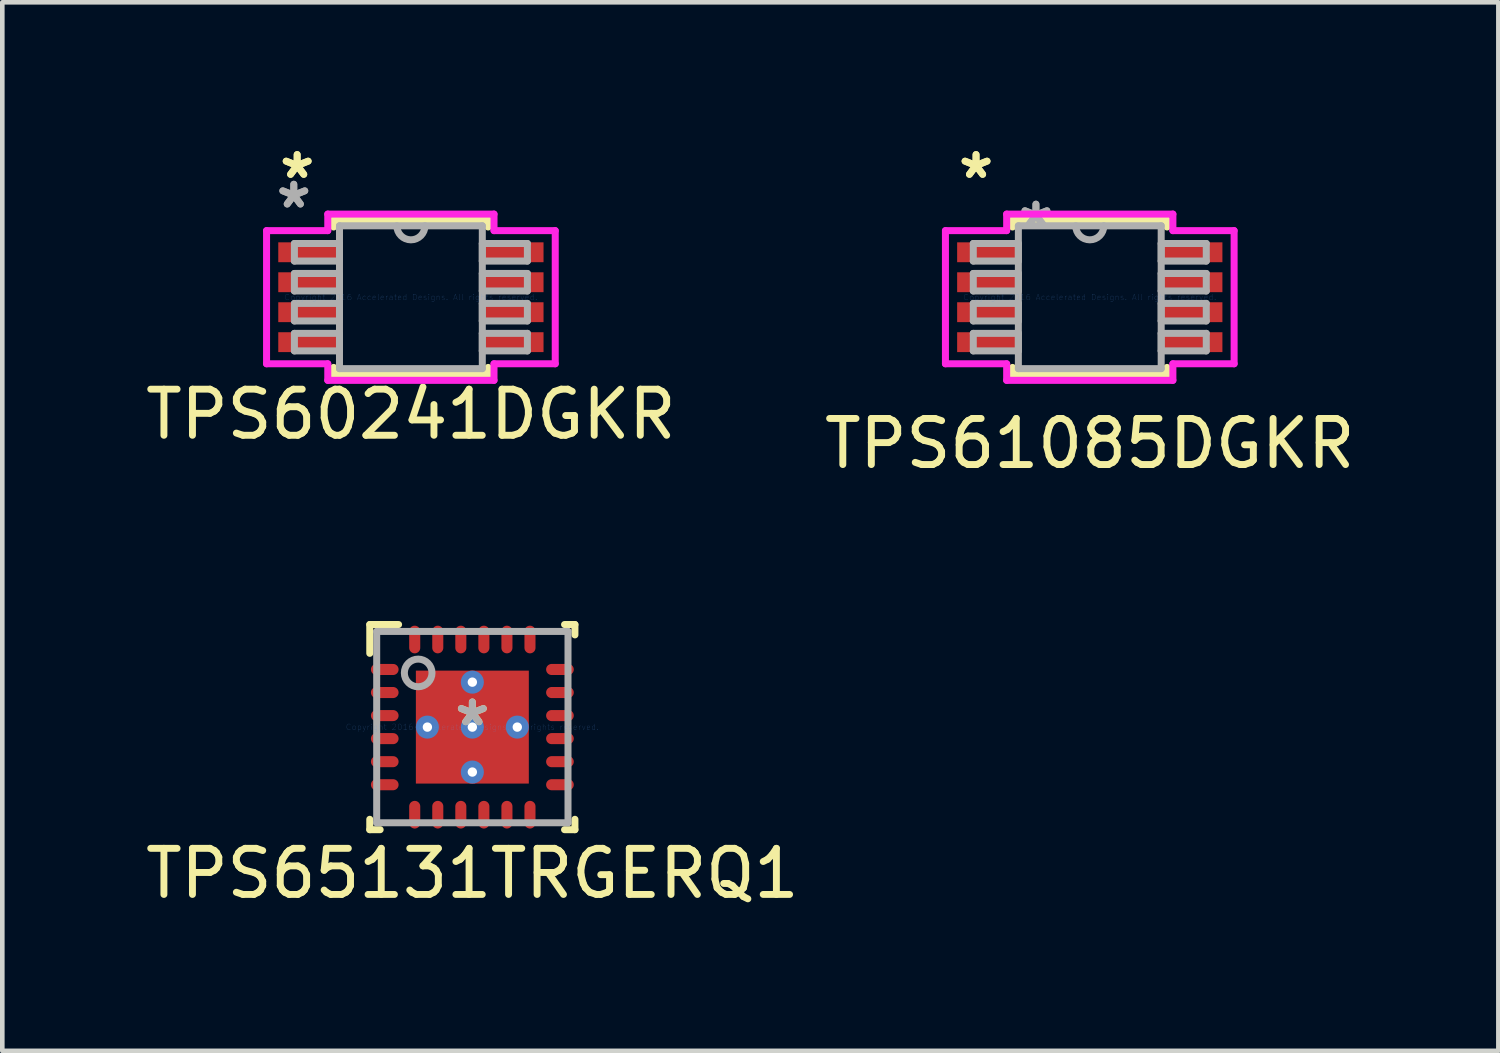
<source format=kicad_pcb>
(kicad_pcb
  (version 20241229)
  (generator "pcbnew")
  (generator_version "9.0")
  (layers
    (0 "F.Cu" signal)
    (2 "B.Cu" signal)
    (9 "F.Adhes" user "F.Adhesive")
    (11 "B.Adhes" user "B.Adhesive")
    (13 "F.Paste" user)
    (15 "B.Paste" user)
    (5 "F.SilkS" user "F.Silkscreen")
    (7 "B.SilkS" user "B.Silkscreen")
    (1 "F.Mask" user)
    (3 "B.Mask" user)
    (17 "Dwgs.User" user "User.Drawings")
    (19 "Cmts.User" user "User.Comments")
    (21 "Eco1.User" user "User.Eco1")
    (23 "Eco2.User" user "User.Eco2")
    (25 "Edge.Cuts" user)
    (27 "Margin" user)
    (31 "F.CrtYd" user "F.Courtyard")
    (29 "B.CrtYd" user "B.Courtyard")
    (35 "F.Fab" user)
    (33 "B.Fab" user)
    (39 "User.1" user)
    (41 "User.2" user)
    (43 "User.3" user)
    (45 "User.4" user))
  (footprint "TPS65131TRGERQ1"
    (layer "F.Cu")
    (at 7.196 12.722)
    (property "Reference" "TPS65131TRGERQ1" (at 0 3.175 0) (layer "F.SilkS") (effects (font (size 1 1) (thickness 0.15))))
    (attr through_hole)
    (fp_line (start -2.225 -2.225) (end -1.6 -2.225) (stroke (width 0.152) (type solid)) (layer "F.SilkS"))
    (fp_line (start -2.225 -1.6) (end -2.225 -2.225) (stroke (width 0.152) (type solid)) (layer "F.SilkS"))
    (fp_line (start -2.225 2.225) (end -2.225 2) (stroke (width 0.152) (type solid)) (layer "F.SilkS"))
    (fp_line (start -2.225 2.225) (end -2 2.225) (stroke (width 0.152) (type solid)) (layer "F.SilkS"))
    (fp_line (start 2 -2.225) (end 2.225 -2.225) (stroke (width 0.152) (type solid)) (layer "F.SilkS"))
    (fp_line (start 2 2.225) (end 2.225 2.225) (stroke (width 0.152) (type solid)) (layer "F.SilkS"))
    (fp_line (start 2.225 -2) (end 2.225 -2.225) (stroke (width 0.152) (type solid)) (layer "F.SilkS"))
    (fp_line (start 2.225 2.225) (end 2.225 2) (stroke (width 0.152) (type solid)) (layer "F.SilkS"))
    (fp_line (start -1.184 -1.184) (end -1.184 -0.1) (stroke (width 0.152) (type solid)) (layer "F.Paste"))
    (fp_line (start -1.184 -0.1) (end -0.1 -0.1) (stroke (width 0.152) (type solid)) (layer "F.Paste"))
    (fp_line (start -1.184 0.1) (end -1.184 1.184) (stroke (width 0.152) (type solid)) (layer "F.Paste"))
    (fp_line (start -1.184 1.184) (end -0.1 1.184) (stroke (width 0.152) (type solid)) (layer "F.Paste"))
    (fp_line (start -0.1 -1.184) (end -1.184 -1.184) (stroke (width 0.152) (type solid)) (layer "F.Paste"))
    (fp_line (start -0.1 -0.1) (end -0.1 -1.184) (stroke (width 0.152) (type solid)) (layer "F.Paste"))
    (fp_line (start -0.1 0.1) (end -1.184 0.1) (stroke (width 0.152) (type solid)) (layer "F.Paste"))
    (fp_line (start -0.1 1.184) (end -0.1 0.1) (stroke (width 0.152) (type solid)) (layer "F.Paste"))
    (fp_line (start 0.1 -1.184) (end 0.1 -0.1) (stroke (width 0.152) (type solid)) (layer "F.Paste"))
    (fp_line (start 0.1 -0.1) (end 1.184 -0.1) (stroke (width 0.152) (type solid)) (layer "F.Paste"))
    (fp_line (start 0.1 0.1) (end 0.1 1.184) (stroke (width 0.152) (type solid)) (layer "F.Paste"))
    (fp_line (start 0.1 1.184) (end 1.184 1.184) (stroke (width 0.152) (type solid)) (layer "F.Paste"))
    (fp_line (start 1.184 -1.184) (end 0.1 -1.184) (stroke (width 0.152) (type solid)) (layer "F.Paste"))
    (fp_line (start 1.184 -0.1) (end 1.184 -1.184) (stroke (width 0.152) (type solid)) (layer "F.Paste"))
    (fp_line (start 1.184 0.1) (end 0.1 0.1) (stroke (width 0.152) (type solid)) (layer "F.Paste"))
    (fp_line (start 1.184 1.184) (end 1.184 0.1) (stroke (width 0.152) (type solid)) (layer "F.Paste"))
    (fp_line (start -2.075 -2.075) (end 2.075 -2.075) (stroke (width 0.152) (type solid)) (layer "F.Fab"))
    (fp_line (start -2.075 2.075) (end -2.075 -2.075) (stroke (width 0.152) (type solid)) (layer "F.Fab"))
    (fp_line (start -2.075 2.075) (end 2.075 2.075) (stroke (width 0.152) (type solid)) (layer "F.Fab"))
    (fp_line (start 2.075 2.075) (end 2.075 -2.075) (stroke (width 0.152) (type solid)) (layer "F.Fab"))
    (fp_circle (center -1.175 -1.175) (end -0.875 -1.175) (stroke (width 0.152) (type solid)) (fill no) (layer "F.Fab"))
    (fp_text user "*" (at 0 0 0) (layer "F.SilkS") (effects (font (size 1 1) (thickness 0.15))))
    (fp_text user "Copyright 2016 Accelerated Designs. All rights reserved." (at 0 0 0) (layer "Cmts.User") (effects (font (size 0.127 0.127) (thickness 0.002))))
    (fp_text user "*" (at 0 0 0) (layer "F.Fab") (effects (font (size 1 1) (thickness 0.15))))
    (pad "1" smd oval (at -1.9 -1.25 90) (size 0.24 0.6) (layers "F.Cu" "F.Mask" "F.Paste"))
    (pad "2" smd oval (at -1.9 -0.75 90) (size 0.24 0.6) (layers "F.Cu" "F.Mask" "F.Paste"))
    (pad "3" smd oval (at -1.9 -0.25 90) (size 0.24 0.6) (layers "F.Cu" "F.Mask" "F.Paste"))
    (pad "4" smd oval (at -1.9 0.25 90) (size 0.24 0.6) (layers "F.Cu" "F.Mask" "F.Paste"))
    (pad "5" smd oval (at -1.9 0.75 90) (size 0.24 0.6) (layers "F.Cu" "F.Mask" "F.Paste"))
    (pad "6" smd oval (at -1.9 1.25 90) (size 0.24 0.6) (layers "F.Cu" "F.Mask" "F.Paste"))
    (pad "7" smd oval (at -1.25 1.9) (size 0.24 0.6) (layers "F.Cu" "F.Mask" "F.Paste"))
    (pad "8" smd oval (at -0.75 1.9) (size 0.24 0.6) (layers "F.Cu" "F.Mask" "F.Paste"))
    (pad "9" smd oval (at -0.25 1.9) (size 0.24 0.6) (layers "F.Cu" "F.Mask" "F.Paste"))
    (pad "10" smd oval (at 0.25 1.9) (size 0.24 0.6) (layers "F.Cu" "F.Mask" "F.Paste"))
    (pad "11" smd oval (at 0.75 1.9) (size 0.24 0.6) (layers "F.Cu" "F.Mask" "F.Paste"))
    (pad "12" smd oval (at 1.25 1.9) (size 0.24 0.6) (layers "F.Cu" "F.Mask" "F.Paste"))
    (pad "13" smd oval (at 1.9 1.25 90) (size 0.24 0.6) (layers "F.Cu" "F.Mask" "F.Paste"))
    (pad "14" smd oval (at 1.9 0.75 90) (size 0.24 0.6) (layers "F.Cu" "F.Mask" "F.Paste"))
    (pad "15" smd oval (at 1.9 0.25 90) (size 0.24 0.6) (layers "F.Cu" "F.Mask" "F.Paste"))
    (pad "16" smd oval (at 1.9 -0.25 90) (size 0.24 0.6) (layers "F.Cu" "F.Mask" "F.Paste"))
    (pad "17" smd oval (at 1.9 -0.75 90) (size 0.24 0.6) (layers "F.Cu" "F.Mask" "F.Paste"))
    (pad "18" smd oval (at 1.9 -1.25 90) (size 0.24 0.6) (layers "F.Cu" "F.Mask" "F.Paste"))
    (pad "19" smd oval (at 1.25 -1.9) (size 0.24 0.6) (layers "F.Cu" "F.Mask" "F.Paste"))
    (pad "20" smd oval (at 0.75 -1.9) (size 0.24 0.6) (layers "F.Cu" "F.Mask" "F.Paste"))
    (pad "21" smd oval (at 0.25 -1.9) (size 0.24 0.6) (layers "F.Cu" "F.Mask" "F.Paste"))
    (pad "22" smd oval (at -0.25 -1.9) (size 0.24 0.6) (layers "F.Cu" "F.Mask" "F.Paste"))
    (pad "23" smd oval (at -0.75 -1.9) (size 0.24 0.6) (layers "F.Cu" "F.Mask" "F.Paste"))
    (pad "24" smd oval (at -1.25 -1.9) (size 0.24 0.6) (layers "F.Cu" "F.Mask" "F.Paste"))
    (pad "25" smd rect (at 0 0) (size 2.45 2.45) (layers "F.Cu" "F.Mask" "F.Paste"))
    (pad "V" thru_hole circle (at -0.975 0) (size 0.5 0.5) (drill 0.203) (layers "*.Cu" "*.Mask"))
    (pad "V" thru_hole circle (at 0 -0.975) (size 0.5 0.5) (drill 0.203) (layers "*.Cu" "*.Mask"))
    (pad "V" thru_hole circle (at 0 0) (size 0.5 0.5) (drill 0.203) (layers "*.Cu" "*.Mask"))
    (pad "V" thru_hole circle (at 0 0.975) (size 0.5 0.5) (drill 0.203) (layers "*.Cu" "*.Mask"))
    (pad "V" thru_hole circle (at 0.975 0) (size 0.5 0.5) (drill 0.203) (layers "*.Cu" "*.Mask")))
  (footprint "TPS60241DGKR"
    (layer "F.Cu")
    (at 5.863 3.397)
    (property "Reference" "TPS60241DGKR" (at 0 2.54 0) (layer "F.SilkS") (effects (font (size 1 1) (thickness 0.15))))
    (attr through_hole)
    (fp_line (start -1.676 -1.676) (end -1.676 -1.523) (stroke (width 0.152) (type solid)) (layer "F.SilkS"))
    (fp_line (start -1.676 1.523) (end -1.676 1.676) (stroke (width 0.152) (type solid)) (layer "F.SilkS"))
    (fp_line (start -1.676 1.676) (end 1.676 1.676) (stroke (width 0.152) (type solid)) (layer "F.SilkS"))
    (fp_line (start 1.676 -1.676) (end -1.676 -1.676) (stroke (width 0.152) (type solid)) (layer "F.SilkS"))
    (fp_line (start 1.676 -1.523) (end 1.676 -1.676) (stroke (width 0.152) (type solid)) (layer "F.SilkS"))
    (fp_line (start 1.676 1.676) (end 1.676 1.523) (stroke (width 0.152) (type solid)) (layer "F.SilkS"))
    (fp_line (start -3.131 -1.444) (end -1.803 -1.444) (stroke (width 0.152) (type solid)) (layer "F.CrtYd"))
    (fp_line (start -3.131 1.444) (end -3.131 -1.444) (stroke (width 0.152) (type solid)) (layer "F.CrtYd"))
    (fp_line (start -1.803 -1.803) (end 1.803 -1.803) (stroke (width 0.152) (type solid)) (layer "F.CrtYd"))
    (fp_line (start -1.803 -1.444) (end -1.803 -1.803) (stroke (width 0.152) (type solid)) (layer "F.CrtYd"))
    (fp_line (start -1.803 1.444) (end -3.131 1.444) (stroke (width 0.152) (type solid)) (layer "F.CrtYd"))
    (fp_line (start -1.803 1.803) (end -1.803 1.444) (stroke (width 0.152) (type solid)) (layer "F.CrtYd"))
    (fp_line (start 1.803 -1.803) (end 1.803 -1.444) (stroke (width 0.152) (type solid)) (layer "F.CrtYd"))
    (fp_line (start 1.803 -1.444) (end 3.131 -1.444) (stroke (width 0.152) (type solid)) (layer "F.CrtYd"))
    (fp_line (start 1.803 1.444) (end 1.803 1.803) (stroke (width 0.152) (type solid)) (layer "F.CrtYd"))
    (fp_line (start 1.803 1.803) (end -1.803 1.803) (stroke (width 0.152) (type solid)) (layer "F.CrtYd"))
    (fp_line (start 3.131 -1.444) (end 3.131 1.444) (stroke (width 0.152) (type solid)) (layer "F.CrtYd"))
    (fp_line (start 3.131 1.444) (end 1.803 1.444) (stroke (width 0.152) (type solid)) (layer "F.CrtYd"))
    (fp_line (start -2.527 -1.165) (end -2.527 -0.784) (stroke (width 0.152) (type solid)) (layer "F.Fab"))
    (fp_line (start -2.527 -0.784) (end -1.549 -0.784) (stroke (width 0.152) (type solid)) (layer "F.Fab"))
    (fp_line (start -2.527 -0.515) (end -2.527 -0.135) (stroke (width 0.152) (type solid)) (layer "F.Fab"))
    (fp_line (start -2.527 -0.135) (end -1.549 -0.135) (stroke (width 0.152) (type solid)) (layer "F.Fab"))
    (fp_line (start -2.527 0.135) (end -2.527 0.515) (stroke (width 0.152) (type solid)) (layer "F.Fab"))
    (fp_line (start -2.527 0.515) (end -1.549 0.515) (stroke (width 0.152) (type solid)) (layer "F.Fab"))
    (fp_line (start -2.527 0.784) (end -2.527 1.165) (stroke (width 0.152) (type solid)) (layer "F.Fab"))
    (fp_line (start -2.527 1.165) (end -1.549 1.165) (stroke (width 0.152) (type solid)) (layer "F.Fab"))
    (fp_line (start -1.549 -1.549) (end -1.549 1.549) (stroke (width 0.152) (type solid)) (layer "F.Fab"))
    (fp_line (start -1.549 -1.165) (end -2.527 -1.165) (stroke (width 0.152) (type solid)) (layer "F.Fab"))
    (fp_line (start -1.549 -0.784) (end -1.549 -1.165) (stroke (width 0.152) (type solid)) (layer "F.Fab"))
    (fp_line (start -1.549 -0.515) (end -2.527 -0.515) (stroke (width 0.152) (type solid)) (layer "F.Fab"))
    (fp_line (start -1.549 -0.135) (end -1.549 -0.515) (stroke (width 0.152) (type solid)) (layer "F.Fab"))
    (fp_line (start -1.549 0.135) (end -2.527 0.135) (stroke (width 0.152) (type solid)) (layer "F.Fab"))
    (fp_line (start -1.549 0.515) (end -1.549 0.135) (stroke (width 0.152) (type solid)) (layer "F.Fab"))
    (fp_line (start -1.549 0.784) (end -2.527 0.784) (stroke (width 0.152) (type solid)) (layer "F.Fab"))
    (fp_line (start -1.549 1.165) (end -1.549 0.784) (stroke (width 0.152) (type solid)) (layer "F.Fab"))
    (fp_line (start -1.549 1.549) (end 1.549 1.549) (stroke (width 0.152) (type solid)) (layer "F.Fab"))
    (fp_line (start 1.549 -1.549) (end -1.549 -1.549) (stroke (width 0.152) (type solid)) (layer "F.Fab"))
    (fp_line (start 1.549 -1.165) (end 1.549 -0.784) (stroke (width 0.152) (type solid)) (layer "F.Fab"))
    (fp_line (start 1.549 -0.784) (end 2.527 -0.784) (stroke (width 0.152) (type solid)) (layer "F.Fab"))
    (fp_line (start 1.549 -0.515) (end 1.549 -0.135) (stroke (width 0.152) (type solid)) (layer "F.Fab"))
    (fp_line (start 1.549 -0.135) (end 2.527 -0.135) (stroke (width 0.152) (type solid)) (layer "F.Fab"))
    (fp_line (start 1.549 0.135) (end 1.549 0.515) (stroke (width 0.152) (type solid)) (layer "F.Fab"))
    (fp_line (start 1.549 0.515) (end 2.527 0.515) (stroke (width 0.152) (type solid)) (layer "F.Fab"))
    (fp_line (start 1.549 0.784) (end 1.549 1.165) (stroke (width 0.152) (type solid)) (layer "F.Fab"))
    (fp_line (start 1.549 1.165) (end 2.527 1.165) (stroke (width 0.152) (type solid)) (layer "F.Fab"))
    (fp_line (start 1.549 1.549) (end 1.549 -1.549) (stroke (width 0.152) (type solid)) (layer "F.Fab"))
    (fp_line (start 2.527 -1.165) (end 1.549 -1.165) (stroke (width 0.152) (type solid)) (layer "F.Fab"))
    (fp_line (start 2.527 -0.784) (end 2.527 -1.165) (stroke (width 0.152) (type solid)) (layer "F.Fab"))
    (fp_line (start 2.527 -0.515) (end 1.549 -0.515) (stroke (width 0.152) (type solid)) (layer "F.Fab"))
    (fp_line (start 2.527 -0.135) (end 2.527 -0.515) (stroke (width 0.152) (type solid)) (layer "F.Fab"))
    (fp_line (start 2.527 0.135) (end 1.549 0.135) (stroke (width 0.152) (type solid)) (layer "F.Fab"))
    (fp_line (start 2.527 0.515) (end 2.527 0.135) (stroke (width 0.152) (type solid)) (layer "F.Fab"))
    (fp_line (start 2.527 0.784) (end 1.549 0.784) (stroke (width 0.152) (type solid)) (layer "F.Fab"))
    (fp_line (start 2.527 1.165) (end 2.527 0.784) (stroke (width 0.152) (type solid)) (layer "F.Fab"))
    (fp_arc (start 0.3048 -1.5494) (mid 0 -1.2446) (end -0.3048 -1.5494) (stroke (width 0.1524) (type solid)) (layer "F.Fab"))
    (fp_text user "*" (at -2.467 -2.549 0) (layer "F.SilkS") (effects (font (size 1 1) (thickness 0.15))))
    (fp_text user "*" (at -2.467 -2.549 0) (layer "F.SilkS") (effects (font (size 1 1) (thickness 0.15))))
    (fp_text user "Copyright 2016 Accelerated Designs. All rights reserved." (at 0 0 0) (layer "Cmts.User") (effects (font (size 0.127 0.127) (thickness 0.002))))
    (fp_text user "*" (at -2.54 -1.905 0) (layer "F.Fab") (effects (font (size 1 1) (thickness 0.15))))
    (fp_text user "*" (at -2.54 -1.905 0) (layer "F.Fab") (effects (font (size 1 1) (thickness 0.15))))
    (pad "1" smd rect (at -2.213 -0.975) (size 1.328 0.431) (layers "F.Cu" "F.Mask" "F.Paste"))
    (pad "2" smd rect (at -2.213 -0.325) (size 1.328 0.431) (layers "F.Cu" "F.Mask" "F.Paste"))
    (pad "3" smd rect (at -2.213 0.325) (size 1.328 0.431) (layers "F.Cu" "F.Mask" "F.Paste"))
    (pad "4" smd rect (at -2.213 0.975) (size 1.328 0.431) (layers "F.Cu" "F.Mask" "F.Paste"))
    (pad "5" smd rect (at 2.213 0.975) (size 1.328 0.431) (layers "F.Cu" "F.Mask" "F.Paste"))
    (pad "6" smd rect (at 2.213 0.325) (size 1.328 0.431) (layers "F.Cu" "F.Mask" "F.Paste"))
    (pad "7" smd rect (at 2.213 -0.325) (size 1.328 0.431) (layers "F.Cu" "F.Mask" "F.Paste"))
    (pad "8" smd rect (at 2.213 -0.975) (size 1.328 0.431) (layers "F.Cu" "F.Mask" "F.Paste")))
  (footprint "TPS61085DGKR"
    (layer "F.Cu")
    (at 20.589 3.397)
    (property "Reference" "TPS61085DGKR" (at 0 3.175 0) (layer "F.SilkS") (effects (font (size 1 1) (thickness 0.15))))
    (attr through_hole)
    (fp_line (start -1.676 -1.676) (end -1.676 -1.523) (stroke (width 0.152) (type solid)) (layer "F.SilkS"))
    (fp_line (start -1.676 1.523) (end -1.676 1.676) (stroke (width 0.152) (type solid)) (layer "F.SilkS"))
    (fp_line (start -1.676 1.676) (end 1.676 1.676) (stroke (width 0.152) (type solid)) (layer "F.SilkS"))
    (fp_line (start 1.676 -1.676) (end -1.676 -1.676) (stroke (width 0.152) (type solid)) (layer "F.SilkS"))
    (fp_line (start 1.676 -1.523) (end 1.676 -1.676) (stroke (width 0.152) (type solid)) (layer "F.SilkS"))
    (fp_line (start 1.676 1.676) (end 1.676 1.523) (stroke (width 0.152) (type solid)) (layer "F.SilkS"))
    (fp_line (start -3.131 -1.444) (end -1.803 -1.444) (stroke (width 0.152) (type solid)) (layer "F.CrtYd"))
    (fp_line (start -3.131 1.444) (end -3.131 -1.444) (stroke (width 0.152) (type solid)) (layer "F.CrtYd"))
    (fp_line (start -1.803 -1.803) (end 1.803 -1.803) (stroke (width 0.152) (type solid)) (layer "F.CrtYd"))
    (fp_line (start -1.803 -1.444) (end -1.803 -1.803) (stroke (width 0.152) (type solid)) (layer "F.CrtYd"))
    (fp_line (start -1.803 1.444) (end -3.131 1.444) (stroke (width 0.152) (type solid)) (layer "F.CrtYd"))
    (fp_line (start -1.803 1.803) (end -1.803 1.444) (stroke (width 0.152) (type solid)) (layer "F.CrtYd"))
    (fp_line (start 1.803 -1.803) (end 1.803 -1.444) (stroke (width 0.152) (type solid)) (layer "F.CrtYd"))
    (fp_line (start 1.803 -1.444) (end 3.131 -1.444) (stroke (width 0.152) (type solid)) (layer "F.CrtYd"))
    (fp_line (start 1.803 1.444) (end 1.803 1.803) (stroke (width 0.152) (type solid)) (layer "F.CrtYd"))
    (fp_line (start 1.803 1.803) (end -1.803 1.803) (stroke (width 0.152) (type solid)) (layer "F.CrtYd"))
    (fp_line (start 3.131 -1.444) (end 3.131 1.444) (stroke (width 0.152) (type solid)) (layer "F.CrtYd"))
    (fp_line (start 3.131 1.444) (end 1.803 1.444) (stroke (width 0.152) (type solid)) (layer "F.CrtYd"))
    (fp_line (start -2.527 -1.165) (end -2.527 -0.784) (stroke (width 0.152) (type solid)) (layer "F.Fab"))
    (fp_line (start -2.527 -0.784) (end -1.549 -0.784) (stroke (width 0.152) (type solid)) (layer "F.Fab"))
    (fp_line (start -2.527 -0.515) (end -2.527 -0.135) (stroke (width 0.152) (type solid)) (layer "F.Fab"))
    (fp_line (start -2.527 -0.135) (end -1.549 -0.135) (stroke (width 0.152) (type solid)) (layer "F.Fab"))
    (fp_line (start -2.527 0.135) (end -2.527 0.515) (stroke (width 0.152) (type solid)) (layer "F.Fab"))
    (fp_line (start -2.527 0.515) (end -1.549 0.515) (stroke (width 0.152) (type solid)) (layer "F.Fab"))
    (fp_line (start -2.527 0.784) (end -2.527 1.165) (stroke (width 0.152) (type solid)) (layer "F.Fab"))
    (fp_line (start -2.527 1.165) (end -1.549 1.165) (stroke (width 0.152) (type solid)) (layer "F.Fab"))
    (fp_line (start -1.549 -1.549) (end -1.549 1.549) (stroke (width 0.152) (type solid)) (layer "F.Fab"))
    (fp_line (start -1.549 -1.165) (end -2.527 -1.165) (stroke (width 0.152) (type solid)) (layer "F.Fab"))
    (fp_line (start -1.549 -0.784) (end -1.549 -1.165) (stroke (width 0.152) (type solid)) (layer "F.Fab"))
    (fp_line (start -1.549 -0.515) (end -2.527 -0.515) (stroke (width 0.152) (type solid)) (layer "F.Fab"))
    (fp_line (start -1.549 -0.135) (end -1.549 -0.515) (stroke (width 0.152) (type solid)) (layer "F.Fab"))
    (fp_line (start -1.549 0.135) (end -2.527 0.135) (stroke (width 0.152) (type solid)) (layer "F.Fab"))
    (fp_line (start -1.549 0.515) (end -1.549 0.135) (stroke (width 0.152) (type solid)) (layer "F.Fab"))
    (fp_line (start -1.549 0.784) (end -2.527 0.784) (stroke (width 0.152) (type solid)) (layer "F.Fab"))
    (fp_line (start -1.549 1.165) (end -1.549 0.784) (stroke (width 0.152) (type solid)) (layer "F.Fab"))
    (fp_line (start -1.549 1.549) (end 1.549 1.549) (stroke (width 0.152) (type solid)) (layer "F.Fab"))
    (fp_line (start 1.549 -1.549) (end -1.549 -1.549) (stroke (width 0.152) (type solid)) (layer "F.Fab"))
    (fp_line (start 1.549 -1.165) (end 1.549 -0.784) (stroke (width 0.152) (type solid)) (layer "F.Fab"))
    (fp_line (start 1.549 -0.784) (end 2.527 -0.784) (stroke (width 0.152) (type solid)) (layer "F.Fab"))
    (fp_line (start 1.549 -0.515) (end 1.549 -0.135) (stroke (width 0.152) (type solid)) (layer "F.Fab"))
    (fp_line (start 1.549 -0.135) (end 2.527 -0.135) (stroke (width 0.152) (type solid)) (layer "F.Fab"))
    (fp_line (start 1.549 0.135) (end 1.549 0.515) (stroke (width 0.152) (type solid)) (layer "F.Fab"))
    (fp_line (start 1.549 0.515) (end 2.527 0.515) (stroke (width 0.152) (type solid)) (layer "F.Fab"))
    (fp_line (start 1.549 0.784) (end 1.549 1.165) (stroke (width 0.152) (type solid)) (layer "F.Fab"))
    (fp_line (start 1.549 1.165) (end 2.527 1.165) (stroke (width 0.152) (type solid)) (layer "F.Fab"))
    (fp_line (start 1.549 1.549) (end 1.549 -1.549) (stroke (width 0.152) (type solid)) (layer "F.Fab"))
    (fp_line (start 2.527 -1.165) (end 1.549 -1.165) (stroke (width 0.152) (type solid)) (layer "F.Fab"))
    (fp_line (start 2.527 -0.784) (end 2.527 -1.165) (stroke (width 0.152) (type solid)) (layer "F.Fab"))
    (fp_line (start 2.527 -0.515) (end 1.549 -0.515) (stroke (width 0.152) (type solid)) (layer "F.Fab"))
    (fp_line (start 2.527 -0.135) (end 2.527 -0.515) (stroke (width 0.152) (type solid)) (layer "F.Fab"))
    (fp_line (start 2.527 0.135) (end 1.549 0.135) (stroke (width 0.152) (type solid)) (layer "F.Fab"))
    (fp_line (start 2.527 0.515) (end 2.527 0.135) (stroke (width 0.152) (type solid)) (layer "F.Fab"))
    (fp_line (start 2.527 0.784) (end 1.549 0.784) (stroke (width 0.152) (type solid)) (layer "F.Fab"))
    (fp_line (start 2.527 1.165) (end 2.527 0.784) (stroke (width 0.152) (type solid)) (layer "F.Fab"))
    (fp_arc (start 0.3048 -1.5494) (mid 0 -1.2446) (end -0.3048 -1.5494) (stroke (width 0.1524) (type solid)) (layer "F.Fab"))
    (fp_text user "*" (at -2.467 -2.549 0) (layer "F.SilkS") (effects (font (size 1 1) (thickness 0.15))))
    (fp_text user "*" (at -2.467 -2.549 0) (layer "F.SilkS") (effects (font (size 1 1) (thickness 0.15))))
    (fp_text user "Copyright 2016 Accelerated Designs. All rights reserved." (at 0 0 0) (layer "Cmts.User") (effects (font (size 0.127 0.127) (thickness 0.002))))
    (fp_text user "*" (at -1.168 -1.473 0) (layer "F.Fab") (effects (font (size 1 1) (thickness 0.15))))
    (fp_text user "*" (at -1.168 -1.473 0) (layer "F.Fab") (effects (font (size 1 1) (thickness 0.15))))
    (pad "1" smd rect (at -2.213 -0.975) (size 1.328 0.431) (layers "F.Cu" "F.Mask" "F.Paste"))
    (pad "2" smd rect (at -2.213 -0.325) (size 1.328 0.431) (layers "F.Cu" "F.Mask" "F.Paste"))
    (pad "3" smd rect (at -2.213 0.325) (size 1.328 0.431) (layers "F.Cu" "F.Mask" "F.Paste"))
    (pad "4" smd rect (at -2.213 0.975) (size 1.328 0.431) (layers "F.Cu" "F.Mask" "F.Paste"))
    (pad "5" smd rect (at 2.213 0.975) (size 1.328 0.431) (layers "F.Cu" "F.Mask" "F.Paste"))
    (pad "6" smd rect (at 2.213 0.325) (size 1.328 0.431) (layers "F.Cu" "F.Mask" "F.Paste"))
    (pad "7" smd rect (at 2.213 -0.325) (size 1.328 0.431) (layers "F.Cu" "F.Mask" "F.Paste"))
    (pad "8" smd rect (at 2.213 -0.975) (size 1.328 0.431) (layers "F.Cu" "F.Mask" "F.Paste")))
  (gr_rect
    (start -3 -3)
    (end 29.452 19.745)
    (stroke (width 0.1) (type default))
    (fill no)
    (layer "Edge.Cuts")))
</source>
